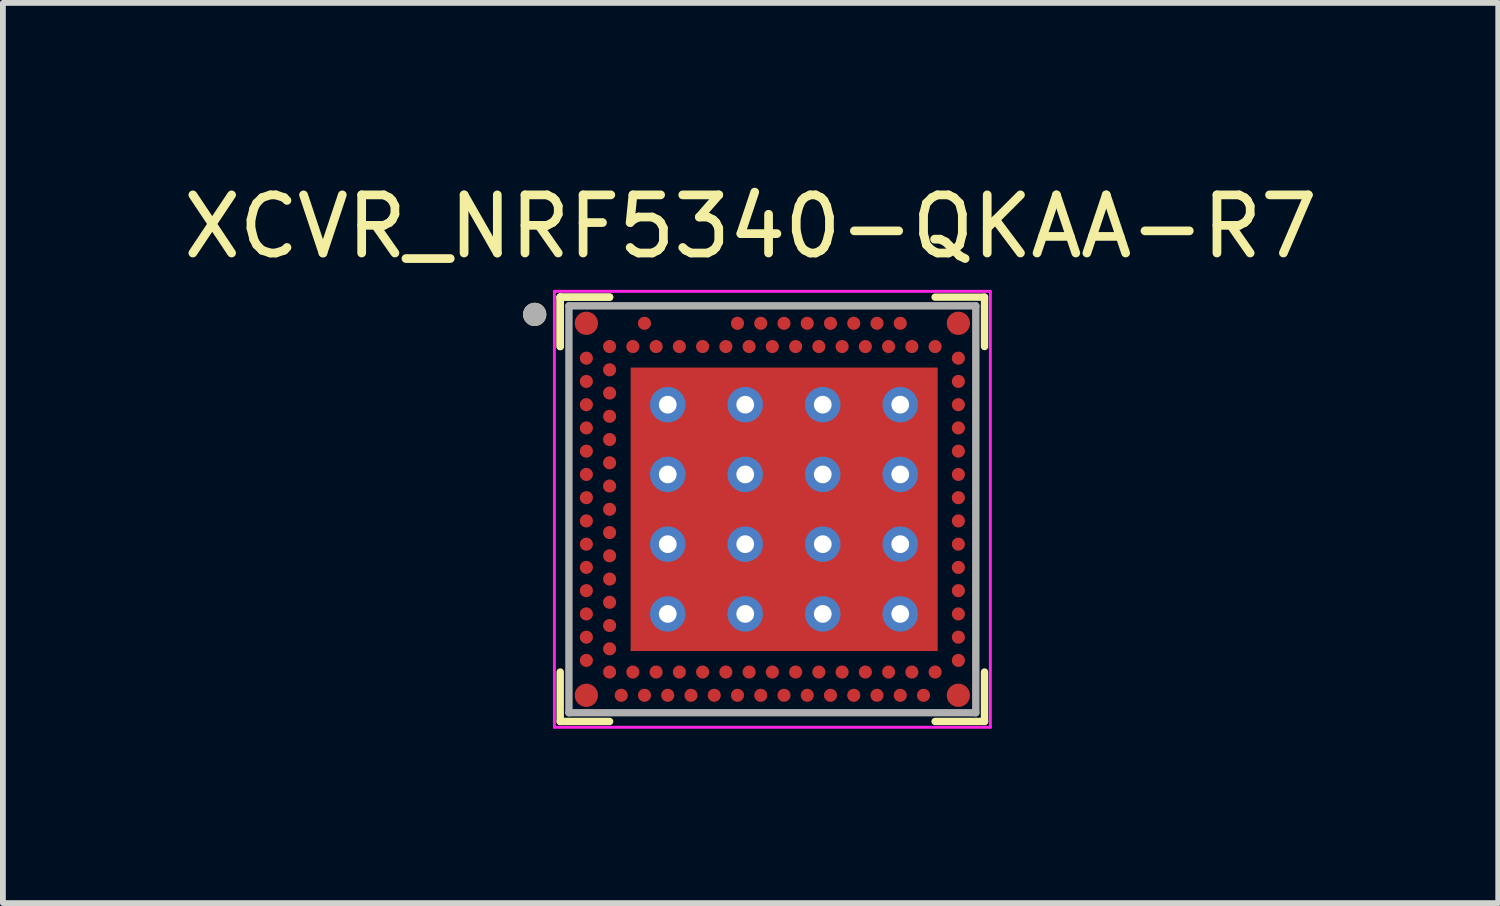
<source format=kicad_pcb>
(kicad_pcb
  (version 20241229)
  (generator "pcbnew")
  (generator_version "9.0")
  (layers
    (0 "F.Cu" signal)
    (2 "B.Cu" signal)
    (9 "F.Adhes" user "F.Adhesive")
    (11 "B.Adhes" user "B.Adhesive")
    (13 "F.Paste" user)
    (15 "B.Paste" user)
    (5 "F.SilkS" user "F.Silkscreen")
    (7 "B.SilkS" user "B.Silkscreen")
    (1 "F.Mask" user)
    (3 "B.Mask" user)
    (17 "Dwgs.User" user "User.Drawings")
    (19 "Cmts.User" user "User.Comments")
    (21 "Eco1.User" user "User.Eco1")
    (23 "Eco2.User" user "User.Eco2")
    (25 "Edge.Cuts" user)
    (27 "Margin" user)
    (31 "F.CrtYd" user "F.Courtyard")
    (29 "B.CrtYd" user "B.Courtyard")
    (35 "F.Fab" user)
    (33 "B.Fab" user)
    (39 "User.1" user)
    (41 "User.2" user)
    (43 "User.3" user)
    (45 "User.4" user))
  (footprint "XCVR_NRF5340-QKAA-R7"
    (layer "F.Cu")
    (at 10.238 5.712)
    (property "Reference" "XCVR_NRF5340-QKAA-R7" (at -0.375 -4.864 0) (layer "F.SilkS") (effects (font (size 1 1) (thickness 0.15))))
    (attr smd)
    (fp_line (start -3.65 -3.65) (end -3.65 -2.8) (stroke (width 0.127) (type solid)) (layer "F.SilkS"))
    (fp_line (start -3.65 -3.65) (end -3.65 -2.8) (stroke (width 0.127) (type solid)) (layer "F.SilkS"))
    (fp_line (start -3.65 2.8) (end -3.65 3.65) (stroke (width 0.127) (type solid)) (layer "F.SilkS"))
    (fp_line (start -3.65 3.65) (end -2.8 3.65) (stroke (width 0.127) (type solid)) (layer "F.SilkS"))
    (fp_line (start -2.8 -3.65) (end -3.65 -3.65) (stroke (width 0.127) (type solid)) (layer "F.SilkS"))
    (fp_line (start -2.8 -3.65) (end -3.65 -3.65) (stroke (width 0.127) (type solid)) (layer "F.SilkS"))
    (fp_line (start 2.8 3.65) (end 3.65 3.65) (stroke (width 0.127) (type solid)) (layer "F.SilkS"))
    (fp_line (start 3.65 -3.65) (end 2.8 -3.65) (stroke (width 0.127) (type solid)) (layer "F.SilkS"))
    (fp_line (start 3.65 -2.8) (end 3.65 -3.65) (stroke (width 0.127) (type solid)) (layer "F.SilkS"))
    (fp_line (start 3.65 3.65) (end 3.65 2.8) (stroke (width 0.127) (type solid)) (layer "F.SilkS"))
    (fp_circle (center -4.089 -3.353) (end -3.989 -3.353) (stroke (width 0.2) (type solid)) (fill no) (layer "F.SilkS"))
    (fp_circle (center -3.2 -3.2) (end -3.103 -3.2) (stroke (width 0.194) (type solid)) (fill no) (layer "F.Paste"))
    (fp_circle (center -3.2 -2.6) (end -3.147 -2.6) (stroke (width 0.106) (type solid)) (fill no) (layer "F.Paste"))
    (fp_circle (center -3.2 -2.2) (end -3.147 -2.2) (stroke (width 0.106) (type solid)) (fill no) (layer "F.Paste"))
    (fp_circle (center -3.2 -1.8) (end -3.147 -1.8) (stroke (width 0.106) (type solid)) (fill no) (layer "F.Paste"))
    (fp_circle (center -3.2 -1.4) (end -3.147 -1.4) (stroke (width 0.106) (type solid)) (fill no) (layer "F.Paste"))
    (fp_circle (center -3.2 -1) (end -3.147 -1) (stroke (width 0.106) (type solid)) (fill no) (layer "F.Paste"))
    (fp_circle (center -3.2 -0.6) (end -3.147 -0.6) (stroke (width 0.106) (type solid)) (fill no) (layer "F.Paste"))
    (fp_circle (center -3.2 -0.2) (end -3.147 -0.2) (stroke (width 0.106) (type solid)) (fill no) (layer "F.Paste"))
    (fp_circle (center -3.2 0.2) (end -3.147 0.2) (stroke (width 0.106) (type solid)) (fill no) (layer "F.Paste"))
    (fp_circle (center -3.2 0.6) (end -3.147 0.6) (stroke (width 0.106) (type solid)) (fill no) (layer "F.Paste"))
    (fp_circle (center -3.2 1) (end -3.147 1) (stroke (width 0.106) (type solid)) (fill no) (layer "F.Paste"))
    (fp_circle (center -3.2 1.4) (end -3.147 1.4) (stroke (width 0.106) (type solid)) (fill no) (layer "F.Paste"))
    (fp_circle (center -3.2 1.8) (end -3.147 1.8) (stroke (width 0.106) (type solid)) (fill no) (layer "F.Paste"))
    (fp_circle (center -3.2 2.2) (end -3.147 2.2) (stroke (width 0.106) (type solid)) (fill no) (layer "F.Paste"))
    (fp_circle (center -3.2 2.6) (end -3.147 2.6) (stroke (width 0.106) (type solid)) (fill no) (layer "F.Paste"))
    (fp_circle (center -3.2 3.2) (end -3.103 3.2) (stroke (width 0.194) (type solid)) (fill no) (layer "F.Paste"))
    (fp_circle (center -2.8 -2.8) (end -2.747 -2.8) (stroke (width 0.106) (type solid)) (fill no) (layer "F.Paste"))
    (fp_circle (center -2.8 -2.4) (end -2.747 -2.4) (stroke (width 0.106) (type solid)) (fill no) (layer "F.Paste"))
    (fp_circle (center -2.8 -2) (end -2.747 -2) (stroke (width 0.106) (type solid)) (fill no) (layer "F.Paste"))
    (fp_circle (center -2.8 -1.6) (end -2.747 -1.6) (stroke (width 0.106) (type solid)) (fill no) (layer "F.Paste"))
    (fp_circle (center -2.8 -1.2) (end -2.747 -1.2) (stroke (width 0.106) (type solid)) (fill no) (layer "F.Paste"))
    (fp_circle (center -2.8 -0.8) (end -2.747 -0.8) (stroke (width 0.106) (type solid)) (fill no) (layer "F.Paste"))
    (fp_circle (center -2.8 -0.4) (end -2.747 -0.4) (stroke (width 0.106) (type solid)) (fill no) (layer "F.Paste"))
    (fp_circle (center -2.8 0) (end -2.747 0) (stroke (width 0.106) (type solid)) (fill no) (layer "F.Paste"))
    (fp_circle (center -2.8 0.4) (end -2.747 0.4) (stroke (width 0.106) (type solid)) (fill no) (layer "F.Paste"))
    (fp_circle (center -2.8 0.8) (end -2.747 0.8) (stroke (width 0.106) (type solid)) (fill no) (layer "F.Paste"))
    (fp_circle (center -2.8 1.2) (end -2.747 1.2) (stroke (width 0.106) (type solid)) (fill no) (layer "F.Paste"))
    (fp_circle (center -2.8 1.6) (end -2.747 1.6) (stroke (width 0.106) (type solid)) (fill no) (layer "F.Paste"))
    (fp_circle (center -2.8 2) (end -2.747 2) (stroke (width 0.106) (type solid)) (fill no) (layer "F.Paste"))
    (fp_circle (center -2.8 2.4) (end -2.747 2.4) (stroke (width 0.106) (type solid)) (fill no) (layer "F.Paste"))
    (fp_circle (center -2.8 2.8) (end -2.747 2.8) (stroke (width 0.106) (type solid)) (fill no) (layer "F.Paste"))
    (fp_circle (center -2.6 3.2) (end -2.547 3.2) (stroke (width 0.106) (type solid)) (fill no) (layer "F.Paste"))
    (fp_circle (center -2.4 -2.8) (end -2.347 -2.8) (stroke (width 0.106) (type solid)) (fill no) (layer "F.Paste"))
    (fp_circle (center -2.4 2.8) (end -2.347 2.8) (stroke (width 0.106) (type solid)) (fill no) (layer "F.Paste"))
    (fp_circle (center -2.2 -3.2) (end -2.147 -3.2) (stroke (width 0.106) (type solid)) (fill no) (layer "F.Paste"))
    (fp_circle (center -2.2 3.2) (end -2.147 3.2) (stroke (width 0.106) (type solid)) (fill no) (layer "F.Paste"))
    (fp_circle (center -2 -2.8) (end -1.947 -2.8) (stroke (width 0.106) (type solid)) (fill no) (layer "F.Paste"))
    (fp_circle (center -2 2.8) (end -1.947 2.8) (stroke (width 0.106) (type solid)) (fill no) (layer "F.Paste"))
    (fp_circle (center -1.8 3.2) (end -1.747 3.2) (stroke (width 0.106) (type solid)) (fill no) (layer "F.Paste"))
    (fp_circle (center -1.6 -2.8) (end -1.547 -2.8) (stroke (width 0.106) (type solid)) (fill no) (layer "F.Paste"))
    (fp_circle (center -1.6 2.8) (end -1.547 2.8) (stroke (width 0.106) (type solid)) (fill no) (layer "F.Paste"))
    (fp_circle (center -1.4 3.2) (end -1.347 3.2) (stroke (width 0.106) (type solid)) (fill no) (layer "F.Paste"))
    (fp_circle (center -1.2 -2.8) (end -1.147 -2.8) (stroke (width 0.106) (type solid)) (fill no) (layer "F.Paste"))
    (fp_circle (center -1.2 2.8) (end -1.147 2.8) (stroke (width 0.106) (type solid)) (fill no) (layer "F.Paste"))
    (fp_circle (center -1 3.2) (end -0.947 3.2) (stroke (width 0.106) (type solid)) (fill no) (layer "F.Paste"))
    (fp_circle (center -0.8 -2.8) (end -0.747 -2.8) (stroke (width 0.106) (type solid)) (fill no) (layer "F.Paste"))
    (fp_circle (center -0.8 2.8) (end -0.747 2.8) (stroke (width 0.106) (type solid)) (fill no) (layer "F.Paste"))
    (fp_circle (center -0.6 -3.2) (end -0.547 -3.2) (stroke (width 0.106) (type solid)) (fill no) (layer "F.Paste"))
    (fp_circle (center -0.6 3.2) (end -0.547 3.2) (stroke (width 0.106) (type solid)) (fill no) (layer "F.Paste"))
    (fp_circle (center -0.4 -2.8) (end -0.347 -2.8) (stroke (width 0.106) (type solid)) (fill no) (layer "F.Paste"))
    (fp_circle (center -0.4 2.8) (end -0.347 2.8) (stroke (width 0.106) (type solid)) (fill no) (layer "F.Paste"))
    (fp_circle (center -0.2 -3.2) (end -0.147 -3.2) (stroke (width 0.106) (type solid)) (fill no) (layer "F.Paste"))
    (fp_circle (center -0.2 3.2) (end -0.147 3.2) (stroke (width 0.106) (type solid)) (fill no) (layer "F.Paste"))
    (fp_circle (center 0 -2.8) (end 0.053 -2.8) (stroke (width 0.106) (type solid)) (fill no) (layer "F.Paste"))
    (fp_circle (center 0 2.8) (end 0.053 2.8) (stroke (width 0.106) (type solid)) (fill no) (layer "F.Paste"))
    (fp_circle (center 0.2 -3.2) (end 0.253 -3.2) (stroke (width 0.106) (type solid)) (fill no) (layer "F.Paste"))
    (fp_circle (center 0.2 3.2) (end 0.253 3.2) (stroke (width 0.106) (type solid)) (fill no) (layer "F.Paste"))
    (fp_circle (center 0.4 -2.8) (end 0.453 -2.8) (stroke (width 0.106) (type solid)) (fill no) (layer "F.Paste"))
    (fp_circle (center 0.4 2.8) (end 0.453 2.8) (stroke (width 0.106) (type solid)) (fill no) (layer "F.Paste"))
    (fp_circle (center 0.6 -3.2) (end 0.653 -3.2) (stroke (width 0.106) (type solid)) (fill no) (layer "F.Paste"))
    (fp_circle (center 0.6 3.2) (end 0.653 3.2) (stroke (width 0.106) (type solid)) (fill no) (layer "F.Paste"))
    (fp_circle (center 0.8 -2.8) (end 0.853 -2.8) (stroke (width 0.106) (type solid)) (fill no) (layer "F.Paste"))
    (fp_circle (center 0.8 2.8) (end 0.853 2.8) (stroke (width 0.106) (type solid)) (fill no) (layer "F.Paste"))
    (fp_circle (center 1 -3.2) (end 1.053 -3.2) (stroke (width 0.106) (type solid)) (fill no) (layer "F.Paste"))
    (fp_circle (center 1 3.2) (end 1.053 3.2) (stroke (width 0.106) (type solid)) (fill no) (layer "F.Paste"))
    (fp_circle (center 1.2 -2.8) (end 1.253 -2.8) (stroke (width 0.106) (type solid)) (fill no) (layer "F.Paste"))
    (fp_circle (center 1.2 2.8) (end 1.253 2.8) (stroke (width 0.106) (type solid)) (fill no) (layer "F.Paste"))
    (fp_circle (center 1.4 -3.2) (end 1.453 -3.2) (stroke (width 0.106) (type solid)) (fill no) (layer "F.Paste"))
    (fp_circle (center 1.4 3.2) (end 1.453 3.2) (stroke (width 0.106) (type solid)) (fill no) (layer "F.Paste"))
    (fp_circle (center 1.6 -2.8) (end 1.653 -2.8) (stroke (width 0.106) (type solid)) (fill no) (layer "F.Paste"))
    (fp_circle (center 1.6 2.8) (end 1.653 2.8) (stroke (width 0.106) (type solid)) (fill no) (layer "F.Paste"))
    (fp_circle (center 1.8 -3.2) (end 1.853 -3.2) (stroke (width 0.106) (type solid)) (fill no) (layer "F.Paste"))
    (fp_circle (center 1.8 3.2) (end 1.853 3.2) (stroke (width 0.106) (type solid)) (fill no) (layer "F.Paste"))
    (fp_circle (center 2 -2.8) (end 2.053 -2.8) (stroke (width 0.106) (type solid)) (fill no) (layer "F.Paste"))
    (fp_circle (center 2 2.8) (end 2.053 2.8) (stroke (width 0.106) (type solid)) (fill no) (layer "F.Paste"))
    (fp_circle (center 2.2 -3.2) (end 2.253 -3.2) (stroke (width 0.106) (type solid)) (fill no) (layer "F.Paste"))
    (fp_circle (center 2.2 3.2) (end 2.253 3.2) (stroke (width 0.106) (type solid)) (fill no) (layer "F.Paste"))
    (fp_circle (center 2.4 -2.8) (end 2.453 -2.8) (stroke (width 0.106) (type solid)) (fill no) (layer "F.Paste"))
    (fp_circle (center 2.4 2.8) (end 2.453 2.8) (stroke (width 0.106) (type solid)) (fill no) (layer "F.Paste"))
    (fp_circle (center 2.6 3.2) (end 2.653 3.2) (stroke (width 0.106) (type solid)) (fill no) (layer "F.Paste"))
    (fp_circle (center 2.8 -2.8) (end 2.853 -2.8) (stroke (width 0.106) (type solid)) (fill no) (layer "F.Paste"))
    (fp_circle (center 2.8 2.8) (end 2.853 2.8) (stroke (width 0.106) (type solid)) (fill no) (layer "F.Paste"))
    (fp_circle (center 3.2 -3.2) (end 3.297 -3.2) (stroke (width 0.194) (type solid)) (fill no) (layer "F.Paste"))
    (fp_circle (center 3.2 -2.6) (end 3.253 -2.6) (stroke (width 0.106) (type solid)) (fill no) (layer "F.Paste"))
    (fp_circle (center 3.2 -2.2) (end 3.253 -2.2) (stroke (width 0.106) (type solid)) (fill no) (layer "F.Paste"))
    (fp_circle (center 3.2 -1.8) (end 3.253 -1.8) (stroke (width 0.106) (type solid)) (fill no) (layer "F.Paste"))
    (fp_circle (center 3.2 -1.4) (end 3.253 -1.4) (stroke (width 0.106) (type solid)) (fill no) (layer "F.Paste"))
    (fp_circle (center 3.2 -1) (end 3.253 -1) (stroke (width 0.106) (type solid)) (fill no) (layer "F.Paste"))
    (fp_circle (center 3.2 -0.6) (end 3.253 -0.6) (stroke (width 0.106) (type solid)) (fill no) (layer "F.Paste"))
    (fp_circle (center 3.2 -0.2) (end 3.253 -0.2) (stroke (width 0.106) (type solid)) (fill no) (layer "F.Paste"))
    (fp_circle (center 3.2 0.2) (end 3.253 0.2) (stroke (width 0.106) (type solid)) (fill no) (layer "F.Paste"))
    (fp_circle (center 3.2 0.6) (end 3.253 0.6) (stroke (width 0.106) (type solid)) (fill no) (layer "F.Paste"))
    (fp_circle (center 3.2 1) (end 3.253 1) (stroke (width 0.106) (type solid)) (fill no) (layer "F.Paste"))
    (fp_circle (center 3.2 1.4) (end 3.253 1.4) (stroke (width 0.106) (type solid)) (fill no) (layer "F.Paste"))
    (fp_circle (center 3.2 1.8) (end 3.253 1.8) (stroke (width 0.106) (type solid)) (fill no) (layer "F.Paste"))
    (fp_circle (center 3.2 2.2) (end 3.253 2.2) (stroke (width 0.106) (type solid)) (fill no) (layer "F.Paste"))
    (fp_circle (center 3.2 2.6) (end 3.253 2.6) (stroke (width 0.106) (type solid)) (fill no) (layer "F.Paste"))
    (fp_circle (center 3.2 3.2) (end 3.297 3.2) (stroke (width 0.194) (type solid)) (fill no) (layer "F.Paste"))
    (fp_poly (pts (xy -2.3 -2.06) (xy -2.299 -2.072) (xy -2.298 -2.085) (xy -2.296 -2.098) (xy -2.294 -2.11) (xy -2.291 -2.123) (xy -2.287 -2.135) (xy -2.282 -2.147) (xy -2.277 -2.159) (xy -2.271 -2.17) (xy -2.265 -2.181) (xy -2.258 -2.192) (xy -2.251 -2.202) (xy -2.243 -2.213) (xy -2.234 -2.222) (xy -2.225 -2.231) (xy -2.216 -2.24) (xy -2.206 -2.248) (xy -2.196 -2.256) (xy -2.185 -2.263) (xy -2.174 -2.269) (xy -2.162 -2.275) (xy -2.151 -2.281) (xy -2.139 -2.285) (xy -2.127 -2.289) (xy -2.114 -2.293) (xy -2.102 -2.296) (xy -2.089 -2.298) (xy -2.076 -2.299) (xy -2.064 -2.3) (xy -2.05 -2.3) (xy -1.45 -2.3) (xy -1.436 -2.3) (xy -1.424 -2.299) (xy -1.411 -2.298) (xy -1.398 -2.296) (xy -1.386 -2.293) (xy -1.373 -2.289) (xy -1.361 -2.285) (xy -1.349 -2.281) (xy -1.338 -2.275) (xy -1.326 -2.269) (xy -1.315 -2.263) (xy -1.304 -2.256) (xy -1.294 -2.248) (xy -1.284 -2.24) (xy -1.275 -2.231) (xy -1.266 -2.222) (xy -1.257 -2.213) (xy -1.249 -2.202) (xy -1.242 -2.192) (xy -1.235 -2.181) (xy -1.229 -2.17) (xy -1.223 -2.159) (xy -1.218 -2.147) (xy -1.213 -2.135) (xy -1.209 -2.123) (xy -1.206 -2.11) (xy -1.204 -2.098) (xy -1.202 -2.085) (xy -1.201 -2.072) (xy -1.2 -2.06) (xy -1.2 -1.54) (xy -1.201 -1.528) (xy -1.202 -1.515) (xy -1.204 -1.502) (xy -1.206 -1.49) (xy -1.209 -1.477) (xy -1.213 -1.465) (xy -1.218 -1.453) (xy -1.223 -1.441) (xy -1.229 -1.43) (xy -1.235 -1.419) (xy -1.242 -1.408) (xy -1.249 -1.398) (xy -1.257 -1.387) (xy -1.266 -1.378) (xy -1.275 -1.369) (xy -1.284 -1.36) (xy -1.294 -1.352) (xy -1.304 -1.344) (xy -1.315 -1.337) (xy -1.326 -1.331) (xy -1.338 -1.325) (xy -1.349 -1.319) (xy -1.361 -1.315) (xy -1.373 -1.311) (xy -1.386 -1.307) (xy -1.398 -1.304) (xy -1.411 -1.302) (xy -1.424 -1.301) (xy -1.436 -1.3) (xy -1.45 -1.3) (xy -2.05 -1.3) (xy -2.064 -1.3) (xy -2.076 -1.301) (xy -2.089 -1.302) (xy -2.102 -1.304) (xy -2.114 -1.307) (xy -2.127 -1.311) (xy -2.139 -1.315) (xy -2.151 -1.319) (xy -2.162 -1.325) (xy -2.174 -1.331) (xy -2.185 -1.337) (xy -2.196 -1.344) (xy -2.206 -1.352) (xy -2.216 -1.36) (xy -2.225 -1.369) (xy -2.234 -1.378) (xy -2.243 -1.387) (xy -2.251 -1.398) (xy -2.258 -1.408) (xy -2.265 -1.419) (xy -2.271 -1.43) (xy -2.277 -1.441) (xy -2.282 -1.453) (xy -2.287 -1.465) (xy -2.291 -1.477) (xy -2.294 -1.49) (xy -2.296 -1.502) (xy -2.298 -1.515) (xy -2.299 -1.528) (xy -2.3 -1.54) (xy -2.3 -2.06)) (stroke (width 0.01) (type solid)) (fill yes) (layer "F.Paste"))
    (fp_poly (pts (xy -2.3 -0.86) (xy -2.299 -0.872) (xy -2.298 -0.885) (xy -2.296 -0.898) (xy -2.294 -0.91) (xy -2.291 -0.923) (xy -2.287 -0.935) (xy -2.282 -0.947) (xy -2.277 -0.959) (xy -2.271 -0.97) (xy -2.265 -0.981) (xy -2.258 -0.992) (xy -2.251 -1.002) (xy -2.243 -1.013) (xy -2.234 -1.022) (xy -2.225 -1.031) (xy -2.216 -1.04) (xy -2.206 -1.048) (xy -2.196 -1.056) (xy -2.185 -1.063) (xy -2.174 -1.069) (xy -2.162 -1.075) (xy -2.151 -1.081) (xy -2.139 -1.085) (xy -2.127 -1.089) (xy -2.114 -1.093) (xy -2.102 -1.096) (xy -2.089 -1.098) (xy -2.076 -1.099) (xy -2.064 -1.1) (xy -2.05 -1.1) (xy -1.45 -1.1) (xy -1.436 -1.1) (xy -1.424 -1.099) (xy -1.411 -1.098) (xy -1.398 -1.096) (xy -1.386 -1.093) (xy -1.373 -1.089) (xy -1.361 -1.085) (xy -1.349 -1.081) (xy -1.338 -1.075) (xy -1.326 -1.069) (xy -1.315 -1.063) (xy -1.304 -1.056) (xy -1.294 -1.048) (xy -1.284 -1.04) (xy -1.275 -1.031) (xy -1.266 -1.022) (xy -1.257 -1.013) (xy -1.249 -1.002) (xy -1.242 -0.992) (xy -1.235 -0.981) (xy -1.229 -0.97) (xy -1.223 -0.959) (xy -1.218 -0.947) (xy -1.213 -0.935) (xy -1.209 -0.923) (xy -1.206 -0.91) (xy -1.204 -0.898) (xy -1.202 -0.885) (xy -1.201 -0.872) (xy -1.2 -0.86) (xy -1.2 -0.34) (xy -1.201 -0.328) (xy -1.202 -0.315) (xy -1.204 -0.302) (xy -1.206 -0.29) (xy -1.209 -0.277) (xy -1.213 -0.265) (xy -1.218 -0.253) (xy -1.223 -0.241) (xy -1.229 -0.23) (xy -1.235 -0.219) (xy -1.242 -0.208) (xy -1.249 -0.198) (xy -1.257 -0.187) (xy -1.266 -0.178) (xy -1.275 -0.169) (xy -1.284 -0.16) (xy -1.294 -0.152) (xy -1.304 -0.144) (xy -1.315 -0.137) (xy -1.326 -0.131) (xy -1.338 -0.125) (xy -1.349 -0.119) (xy -1.361 -0.115) (xy -1.373 -0.111) (xy -1.386 -0.107) (xy -1.398 -0.104) (xy -1.411 -0.102) (xy -1.424 -0.101) (xy -1.436 -0.1) (xy -1.45 -0.1) (xy -2.05 -0.1) (xy -2.064 -0.1) (xy -2.076 -0.101) (xy -2.089 -0.102) (xy -2.102 -0.104) (xy -2.114 -0.107) (xy -2.127 -0.111) (xy -2.139 -0.115) (xy -2.151 -0.119) (xy -2.162 -0.125) (xy -2.174 -0.131) (xy -2.185 -0.137) (xy -2.196 -0.144) (xy -2.206 -0.152) (xy -2.216 -0.16) (xy -2.225 -0.169) (xy -2.234 -0.178) (xy -2.243 -0.187) (xy -2.251 -0.198) (xy -2.258 -0.208) (xy -2.265 -0.219) (xy -2.271 -0.23) (xy -2.277 -0.241) (xy -2.282 -0.253) (xy -2.287 -0.265) (xy -2.291 -0.277) (xy -2.294 -0.29) (xy -2.296 -0.302) (xy -2.298 -0.315) (xy -2.299 -0.328) (xy -2.3 -0.34) (xy -2.3 -0.86)) (stroke (width 0.01) (type solid)) (fill yes) (layer "F.Paste"))
    (fp_poly (pts (xy -2.3 0.34) (xy -2.299 0.328) (xy -2.298 0.315) (xy -2.296 0.302) (xy -2.294 0.29) (xy -2.291 0.277) (xy -2.287 0.265) (xy -2.282 0.253) (xy -2.277 0.241) (xy -2.271 0.23) (xy -2.265 0.219) (xy -2.258 0.208) (xy -2.251 0.198) (xy -2.243 0.187) (xy -2.234 0.178) (xy -2.225 0.169) (xy -2.216 0.16) (xy -2.206 0.152) (xy -2.196 0.144) (xy -2.185 0.137) (xy -2.174 0.131) (xy -2.162 0.125) (xy -2.151 0.119) (xy -2.139 0.115) (xy -2.127 0.111) (xy -2.114 0.107) (xy -2.102 0.104) (xy -2.089 0.102) (xy -2.076 0.101) (xy -2.064 0.1) (xy -2.05 0.1) (xy -1.45 0.1) (xy -1.436 0.1) (xy -1.424 0.101) (xy -1.411 0.102) (xy -1.398 0.104) (xy -1.386 0.107) (xy -1.373 0.111) (xy -1.361 0.115) (xy -1.349 0.119) (xy -1.338 0.125) (xy -1.326 0.131) (xy -1.315 0.137) (xy -1.304 0.144) (xy -1.294 0.152) (xy -1.284 0.16) (xy -1.275 0.169) (xy -1.266 0.178) (xy -1.257 0.187) (xy -1.249 0.198) (xy -1.242 0.208) (xy -1.235 0.219) (xy -1.229 0.23) (xy -1.223 0.241) (xy -1.218 0.253) (xy -1.213 0.265) (xy -1.209 0.277) (xy -1.206 0.29) (xy -1.204 0.302) (xy -1.202 0.315) (xy -1.201 0.328) (xy -1.2 0.34) (xy -1.2 0.86) (xy -1.201 0.872) (xy -1.202 0.885) (xy -1.204 0.898) (xy -1.206 0.91) (xy -1.209 0.923) (xy -1.213 0.935) (xy -1.218 0.947) (xy -1.223 0.959) (xy -1.229 0.97) (xy -1.235 0.981) (xy -1.242 0.992) (xy -1.249 1.002) (xy -1.257 1.013) (xy -1.266 1.022) (xy -1.275 1.031) (xy -1.284 1.04) (xy -1.294 1.048) (xy -1.304 1.056) (xy -1.315 1.063) (xy -1.326 1.069) (xy -1.338 1.075) (xy -1.349 1.081) (xy -1.361 1.085) (xy -1.373 1.089) (xy -1.386 1.093) (xy -1.398 1.096) (xy -1.411 1.098) (xy -1.424 1.099) (xy -1.436 1.1) (xy -1.45 1.1) (xy -2.05 1.1) (xy -2.064 1.1) (xy -2.076 1.099) (xy -2.089 1.098) (xy -2.102 1.096) (xy -2.114 1.093) (xy -2.127 1.089) (xy -2.139 1.085) (xy -2.151 1.081) (xy -2.162 1.075) (xy -2.174 1.069) (xy -2.185 1.063) (xy -2.196 1.056) (xy -2.206 1.048) (xy -2.216 1.04) (xy -2.225 1.031) (xy -2.234 1.022) (xy -2.243 1.013) (xy -2.251 1.002) (xy -2.258 0.992) (xy -2.265 0.981) (xy -2.271 0.97) (xy -2.277 0.959) (xy -2.282 0.947) (xy -2.287 0.935) (xy -2.291 0.923) (xy -2.294 0.91) (xy -2.296 0.898) (xy -2.298 0.885) (xy -2.299 0.872) (xy -2.3 0.86) (xy -2.3 0.34)) (stroke (width 0.01) (type solid)) (fill yes) (layer "F.Paste"))
    (fp_poly (pts (xy -2.3 1.54) (xy -2.299 1.528) (xy -2.298 1.515) (xy -2.296 1.502) (xy -2.294 1.49) (xy -2.291 1.477) (xy -2.287 1.465) (xy -2.282 1.453) (xy -2.277 1.441) (xy -2.271 1.43) (xy -2.265 1.419) (xy -2.258 1.408) (xy -2.251 1.398) (xy -2.243 1.387) (xy -2.234 1.378) (xy -2.225 1.369) (xy -2.216 1.36) (xy -2.206 1.352) (xy -2.196 1.344) (xy -2.185 1.337) (xy -2.174 1.331) (xy -2.162 1.325) (xy -2.151 1.319) (xy -2.139 1.315) (xy -2.127 1.311) (xy -2.114 1.307) (xy -2.102 1.304) (xy -2.089 1.302) (xy -2.076 1.301) (xy -2.064 1.3) (xy -2.05 1.3) (xy -1.45 1.3) (xy -1.436 1.3) (xy -1.424 1.301) (xy -1.411 1.302) (xy -1.398 1.304) (xy -1.386 1.307) (xy -1.373 1.311) (xy -1.361 1.315) (xy -1.349 1.319) (xy -1.338 1.325) (xy -1.326 1.331) (xy -1.315 1.337) (xy -1.304 1.344) (xy -1.294 1.352) (xy -1.284 1.36) (xy -1.275 1.369) (xy -1.266 1.378) (xy -1.257 1.387) (xy -1.249 1.398) (xy -1.242 1.408) (xy -1.235 1.419) (xy -1.229 1.43) (xy -1.223 1.441) (xy -1.218 1.453) (xy -1.213 1.465) (xy -1.209 1.477) (xy -1.206 1.49) (xy -1.204 1.502) (xy -1.202 1.515) (xy -1.201 1.528) (xy -1.2 1.54) (xy -1.2 2.06) (xy -1.201 2.072) (xy -1.202 2.085) (xy -1.204 2.098) (xy -1.206 2.11) (xy -1.209 2.123) (xy -1.213 2.135) (xy -1.218 2.147) (xy -1.223 2.159) (xy -1.229 2.17) (xy -1.235 2.181) (xy -1.242 2.192) (xy -1.249 2.202) (xy -1.257 2.213) (xy -1.266 2.222) (xy -1.275 2.231) (xy -1.284 2.24) (xy -1.294 2.248) (xy -1.304 2.256) (xy -1.315 2.263) (xy -1.326 2.269) (xy -1.338 2.275) (xy -1.349 2.281) (xy -1.361 2.285) (xy -1.373 2.289) (xy -1.386 2.293) (xy -1.398 2.296) (xy -1.411 2.298) (xy -1.424 2.299) (xy -1.436 2.3) (xy -1.45 2.3) (xy -2.05 2.3) (xy -2.064 2.3) (xy -2.076 2.299) (xy -2.089 2.298) (xy -2.102 2.296) (xy -2.114 2.293) (xy -2.127 2.289) (xy -2.139 2.285) (xy -2.151 2.281) (xy -2.162 2.275) (xy -2.174 2.269) (xy -2.185 2.263) (xy -2.196 2.256) (xy -2.206 2.248) (xy -2.216 2.24) (xy -2.225 2.231) (xy -2.234 2.222) (xy -2.243 2.213) (xy -2.251 2.202) (xy -2.258 2.192) (xy -2.265 2.181) (xy -2.271 2.17) (xy -2.277 2.159) (xy -2.282 2.147) (xy -2.287 2.135) (xy -2.291 2.123) (xy -2.294 2.11) (xy -2.296 2.098) (xy -2.298 2.085) (xy -2.299 2.072) (xy -2.3 2.06) (xy -2.3 1.54)) (stroke (width 0.01) (type solid)) (fill yes) (layer "F.Paste"))
    (fp_poly (pts (xy -1 -2.06) (xy -0.999 -2.072) (xy -0.998 -2.085) (xy -0.996 -2.098) (xy -0.994 -2.11) (xy -0.991 -2.123) (xy -0.987 -2.135) (xy -0.982 -2.147) (xy -0.977 -2.159) (xy -0.971 -2.17) (xy -0.965 -2.181) (xy -0.958 -2.192) (xy -0.951 -2.202) (xy -0.943 -2.213) (xy -0.934 -2.222) (xy -0.925 -2.231) (xy -0.916 -2.24) (xy -0.906 -2.248) (xy -0.896 -2.256) (xy -0.885 -2.263) (xy -0.874 -2.269) (xy -0.862 -2.275) (xy -0.851 -2.281) (xy -0.839 -2.285) (xy -0.827 -2.289) (xy -0.814 -2.293) (xy -0.802 -2.296) (xy -0.789 -2.298) (xy -0.776 -2.299) (xy -0.764 -2.3) (xy -0.75 -2.3) (xy -0.15 -2.3) (xy -0.136 -2.3) (xy -0.124 -2.299) (xy -0.111 -2.298) (xy -0.098 -2.296) (xy -0.086 -2.293) (xy -0.073 -2.289) (xy -0.061 -2.285) (xy -0.049 -2.281) (xy -0.038 -2.275) (xy -0.026 -2.269) (xy -0.015 -2.263) (xy -0.004 -2.256) (xy 0.006 -2.248) (xy 0.016 -2.24) (xy 0.025 -2.231) (xy 0.034 -2.222) (xy 0.043 -2.213) (xy 0.051 -2.202) (xy 0.058 -2.192) (xy 0.065 -2.181) (xy 0.071 -2.17) (xy 0.077 -2.159) (xy 0.082 -2.147) (xy 0.087 -2.135) (xy 0.091 -2.123) (xy 0.094 -2.11) (xy 0.096 -2.098) (xy 0.098 -2.085) (xy 0.099 -2.072) (xy 0.1 -2.06) (xy 0.1 -1.54) (xy 0.099 -1.528) (xy 0.098 -1.515) (xy 0.096 -1.502) (xy 0.094 -1.49) (xy 0.091 -1.477) (xy 0.087 -1.465) (xy 0.082 -1.453) (xy 0.077 -1.441) (xy 0.071 -1.43) (xy 0.065 -1.419) (xy 0.058 -1.408) (xy 0.051 -1.398) (xy 0.043 -1.387) (xy 0.034 -1.378) (xy 0.025 -1.369) (xy 0.016 -1.36) (xy 0.006 -1.352) (xy -0.004 -1.344) (xy -0.015 -1.337) (xy -0.026 -1.331) (xy -0.038 -1.325) (xy -0.049 -1.319) (xy -0.061 -1.315) (xy -0.073 -1.311) (xy -0.086 -1.307) (xy -0.098 -1.304) (xy -0.111 -1.302) (xy -0.124 -1.301) (xy -0.136 -1.3) (xy -0.15 -1.3) (xy -0.75 -1.3) (xy -0.764 -1.3) (xy -0.776 -1.301) (xy -0.789 -1.302) (xy -0.802 -1.304) (xy -0.814 -1.307) (xy -0.827 -1.311) (xy -0.839 -1.315) (xy -0.851 -1.319) (xy -0.862 -1.325) (xy -0.874 -1.331) (xy -0.885 -1.337) (xy -0.896 -1.344) (xy -0.906 -1.352) (xy -0.916 -1.36) (xy -0.925 -1.369) (xy -0.934 -1.378) (xy -0.943 -1.387) (xy -0.951 -1.398) (xy -0.958 -1.408) (xy -0.965 -1.419) (xy -0.971 -1.43) (xy -0.977 -1.441) (xy -0.982 -1.453) (xy -0.987 -1.465) (xy -0.991 -1.477) (xy -0.994 -1.49) (xy -0.996 -1.502) (xy -0.998 -1.515) (xy -0.999 -1.528) (xy -1 -1.54) (xy -1 -2.06)) (stroke (width 0.01) (type solid)) (fill yes) (layer "F.Paste"))
    (fp_poly (pts (xy -1 -0.86) (xy -0.999 -0.872) (xy -0.998 -0.885) (xy -0.996 -0.898) (xy -0.994 -0.91) (xy -0.991 -0.923) (xy -0.987 -0.935) (xy -0.982 -0.947) (xy -0.977 -0.959) (xy -0.971 -0.97) (xy -0.965 -0.981) (xy -0.958 -0.992) (xy -0.951 -1.002) (xy -0.943 -1.013) (xy -0.934 -1.022) (xy -0.925 -1.031) (xy -0.916 -1.04) (xy -0.906 -1.048) (xy -0.896 -1.056) (xy -0.885 -1.063) (xy -0.874 -1.069) (xy -0.862 -1.075) (xy -0.851 -1.081) (xy -0.839 -1.085) (xy -0.827 -1.089) (xy -0.814 -1.093) (xy -0.802 -1.096) (xy -0.789 -1.098) (xy -0.776 -1.099) (xy -0.764 -1.1) (xy -0.75 -1.1) (xy -0.15 -1.1) (xy -0.136 -1.1) (xy -0.124 -1.099) (xy -0.111 -1.098) (xy -0.098 -1.096) (xy -0.086 -1.093) (xy -0.073 -1.089) (xy -0.061 -1.085) (xy -0.049 -1.081) (xy -0.038 -1.075) (xy -0.026 -1.069) (xy -0.015 -1.063) (xy -0.004 -1.056) (xy 0.006 -1.048) (xy 0.016 -1.04) (xy 0.025 -1.031) (xy 0.034 -1.022) (xy 0.043 -1.013) (xy 0.051 -1.002) (xy 0.058 -0.992) (xy 0.065 -0.981) (xy 0.071 -0.97) (xy 0.077 -0.959) (xy 0.082 -0.947) (xy 0.087 -0.935) (xy 0.091 -0.923) (xy 0.094 -0.91) (xy 0.096 -0.898) (xy 0.098 -0.885) (xy 0.099 -0.872) (xy 0.1 -0.86) (xy 0.1 -0.34) (xy 0.099 -0.328) (xy 0.098 -0.315) (xy 0.096 -0.302) (xy 0.094 -0.29) (xy 0.091 -0.277) (xy 0.087 -0.265) (xy 0.082 -0.253) (xy 0.077 -0.241) (xy 0.071 -0.23) (xy 0.065 -0.219) (xy 0.058 -0.208) (xy 0.051 -0.198) (xy 0.043 -0.187) (xy 0.034 -0.178) (xy 0.025 -0.169) (xy 0.016 -0.16) (xy 0.006 -0.152) (xy -0.004 -0.144) (xy -0.015 -0.137) (xy -0.026 -0.131) (xy -0.038 -0.125) (xy -0.049 -0.119) (xy -0.061 -0.115) (xy -0.073 -0.111) (xy -0.086 -0.107) (xy -0.098 -0.104) (xy -0.111 -0.102) (xy -0.124 -0.101) (xy -0.136 -0.1) (xy -0.15 -0.1) (xy -0.75 -0.1) (xy -0.764 -0.1) (xy -0.776 -0.101) (xy -0.789 -0.102) (xy -0.802 -0.104) (xy -0.814 -0.107) (xy -0.827 -0.111) (xy -0.839 -0.115) (xy -0.851 -0.119) (xy -0.862 -0.125) (xy -0.874 -0.131) (xy -0.885 -0.137) (xy -0.896 -0.144) (xy -0.906 -0.152) (xy -0.916 -0.16) (xy -0.925 -0.169) (xy -0.934 -0.178) (xy -0.943 -0.187) (xy -0.951 -0.198) (xy -0.958 -0.208) (xy -0.965 -0.219) (xy -0.971 -0.23) (xy -0.977 -0.241) (xy -0.982 -0.253) (xy -0.987 -0.265) (xy -0.991 -0.277) (xy -0.994 -0.29) (xy -0.996 -0.302) (xy -0.998 -0.315) (xy -0.999 -0.328) (xy -1 -0.34) (xy -1 -0.86)) (stroke (width 0.01) (type solid)) (fill yes) (layer "F.Paste"))
    (fp_poly (pts (xy -1 0.34) (xy -0.999 0.328) (xy -0.998 0.315) (xy -0.996 0.302) (xy -0.994 0.29) (xy -0.991 0.277) (xy -0.987 0.265) (xy -0.982 0.253) (xy -0.977 0.241) (xy -0.971 0.23) (xy -0.965 0.219) (xy -0.958 0.208) (xy -0.951 0.198) (xy -0.943 0.187) (xy -0.934 0.178) (xy -0.925 0.169) (xy -0.916 0.16) (xy -0.906 0.152) (xy -0.896 0.144) (xy -0.885 0.137) (xy -0.874 0.131) (xy -0.862 0.125) (xy -0.851 0.119) (xy -0.839 0.115) (xy -0.827 0.111) (xy -0.814 0.107) (xy -0.802 0.104) (xy -0.789 0.102) (xy -0.776 0.101) (xy -0.764 0.1) (xy -0.75 0.1) (xy -0.15 0.1) (xy -0.136 0.1) (xy -0.124 0.101) (xy -0.111 0.102) (xy -0.098 0.104) (xy -0.086 0.107) (xy -0.073 0.111) (xy -0.061 0.115) (xy -0.049 0.119) (xy -0.038 0.125) (xy -0.026 0.131) (xy -0.015 0.137) (xy -0.004 0.144) (xy 0.006 0.152) (xy 0.016 0.16) (xy 0.025 0.169) (xy 0.034 0.178) (xy 0.043 0.187) (xy 0.051 0.198) (xy 0.058 0.208) (xy 0.065 0.219) (xy 0.071 0.23) (xy 0.077 0.241) (xy 0.082 0.253) (xy 0.087 0.265) (xy 0.091 0.277) (xy 0.094 0.29) (xy 0.096 0.302) (xy 0.098 0.315) (xy 0.099 0.328) (xy 0.1 0.34) (xy 0.1 0.86) (xy 0.099 0.872) (xy 0.098 0.885) (xy 0.096 0.898) (xy 0.094 0.91) (xy 0.091 0.923) (xy 0.087 0.935) (xy 0.082 0.947) (xy 0.077 0.959) (xy 0.071 0.97) (xy 0.065 0.981) (xy 0.058 0.992) (xy 0.051 1.002) (xy 0.043 1.013) (xy 0.034 1.022) (xy 0.025 1.031) (xy 0.016 1.04) (xy 0.006 1.048) (xy -0.004 1.056) (xy -0.015 1.063) (xy -0.026 1.069) (xy -0.038 1.075) (xy -0.049 1.081) (xy -0.061 1.085) (xy -0.073 1.089) (xy -0.086 1.093) (xy -0.098 1.096) (xy -0.111 1.098) (xy -0.124 1.099) (xy -0.136 1.1) (xy -0.15 1.1) (xy -0.75 1.1) (xy -0.764 1.1) (xy -0.776 1.099) (xy -0.789 1.098) (xy -0.802 1.096) (xy -0.814 1.093) (xy -0.827 1.089) (xy -0.839 1.085) (xy -0.851 1.081) (xy -0.862 1.075) (xy -0.874 1.069) (xy -0.885 1.063) (xy -0.896 1.056) (xy -0.906 1.048) (xy -0.916 1.04) (xy -0.925 1.031) (xy -0.934 1.022) (xy -0.943 1.013) (xy -0.951 1.002) (xy -0.958 0.992) (xy -0.965 0.981) (xy -0.971 0.97) (xy -0.977 0.959) (xy -0.982 0.947) (xy -0.987 0.935) (xy -0.991 0.923) (xy -0.994 0.91) (xy -0.996 0.898) (xy -0.998 0.885) (xy -0.999 0.872) (xy -1 0.86) (xy -1 0.34)) (stroke (width 0.01) (type solid)) (fill yes) (layer "F.Paste"))
    (fp_poly (pts (xy -1 1.54) (xy -0.999 1.528) (xy -0.998 1.515) (xy -0.996 1.502) (xy -0.994 1.49) (xy -0.991 1.477) (xy -0.987 1.465) (xy -0.982 1.453) (xy -0.977 1.441) (xy -0.971 1.43) (xy -0.965 1.419) (xy -0.958 1.408) (xy -0.951 1.398) (xy -0.943 1.387) (xy -0.934 1.378) (xy -0.925 1.369) (xy -0.916 1.36) (xy -0.906 1.352) (xy -0.896 1.344) (xy -0.885 1.337) (xy -0.874 1.331) (xy -0.862 1.325) (xy -0.851 1.319) (xy -0.839 1.315) (xy -0.827 1.311) (xy -0.814 1.307) (xy -0.802 1.304) (xy -0.789 1.302) (xy -0.776 1.301) (xy -0.764 1.3) (xy -0.75 1.3) (xy -0.15 1.3) (xy -0.136 1.3) (xy -0.124 1.301) (xy -0.111 1.302) (xy -0.098 1.304) (xy -0.086 1.307) (xy -0.073 1.311) (xy -0.061 1.315) (xy -0.049 1.319) (xy -0.038 1.325) (xy -0.026 1.331) (xy -0.015 1.337) (xy -0.004 1.344) (xy 0.006 1.352) (xy 0.016 1.36) (xy 0.025 1.369) (xy 0.034 1.378) (xy 0.043 1.387) (xy 0.051 1.398) (xy 0.058 1.408) (xy 0.065 1.419) (xy 0.071 1.43) (xy 0.077 1.441) (xy 0.082 1.453) (xy 0.087 1.465) (xy 0.091 1.477) (xy 0.094 1.49) (xy 0.096 1.502) (xy 0.098 1.515) (xy 0.099 1.528) (xy 0.1 1.54) (xy 0.1 2.06) (xy 0.099 2.072) (xy 0.098 2.085) (xy 0.096 2.098) (xy 0.094 2.11) (xy 0.091 2.123) (xy 0.087 2.135) (xy 0.082 2.147) (xy 0.077 2.159) (xy 0.071 2.17) (xy 0.065 2.181) (xy 0.058 2.192) (xy 0.051 2.202) (xy 0.043 2.213) (xy 0.034 2.222) (xy 0.025 2.231) (xy 0.016 2.24) (xy 0.006 2.248) (xy -0.004 2.256) (xy -0.015 2.263) (xy -0.026 2.269) (xy -0.038 2.275) (xy -0.049 2.281) (xy -0.061 2.285) (xy -0.073 2.289) (xy -0.086 2.293) (xy -0.098 2.296) (xy -0.111 2.298) (xy -0.124 2.299) (xy -0.136 2.3) (xy -0.15 2.3) (xy -0.75 2.3) (xy -0.764 2.3) (xy -0.776 2.299) (xy -0.789 2.298) (xy -0.802 2.296) (xy -0.814 2.293) (xy -0.827 2.289) (xy -0.839 2.285) (xy -0.851 2.281) (xy -0.862 2.275) (xy -0.874 2.269) (xy -0.885 2.263) (xy -0.896 2.256) (xy -0.906 2.248) (xy -0.916 2.24) (xy -0.925 2.231) (xy -0.934 2.222) (xy -0.943 2.213) (xy -0.951 2.202) (xy -0.958 2.192) (xy -0.965 2.181) (xy -0.971 2.17) (xy -0.977 2.159) (xy -0.982 2.147) (xy -0.987 2.135) (xy -0.991 2.123) (xy -0.994 2.11) (xy -0.996 2.098) (xy -0.998 2.085) (xy -0.999 2.072) (xy -1 2.06) (xy -1 1.54)) (stroke (width 0.01) (type solid)) (fill yes) (layer "F.Paste"))
    (fp_poly (pts (xy 0.3 -2.06) (xy 0.301 -2.072) (xy 0.302 -2.085) (xy 0.304 -2.098) (xy 0.306 -2.11) (xy 0.309 -2.123) (xy 0.313 -2.135) (xy 0.318 -2.147) (xy 0.323 -2.159) (xy 0.329 -2.17) (xy 0.335 -2.181) (xy 0.342 -2.192) (xy 0.349 -2.202) (xy 0.357 -2.213) (xy 0.366 -2.222) (xy 0.375 -2.231) (xy 0.384 -2.24) (xy 0.394 -2.248) (xy 0.404 -2.256) (xy 0.415 -2.263) (xy 0.426 -2.269) (xy 0.438 -2.275) (xy 0.449 -2.281) (xy 0.461 -2.285) (xy 0.473 -2.289) (xy 0.486 -2.293) (xy 0.498 -2.296) (xy 0.511 -2.298) (xy 0.524 -2.299) (xy 0.536 -2.3) (xy 0.55 -2.3) (xy 1.15 -2.3) (xy 1.164 -2.3) (xy 1.176 -2.299) (xy 1.189 -2.298) (xy 1.202 -2.296) (xy 1.214 -2.293) (xy 1.227 -2.289) (xy 1.239 -2.285) (xy 1.251 -2.281) (xy 1.262 -2.275) (xy 1.274 -2.269) (xy 1.285 -2.263) (xy 1.296 -2.256) (xy 1.306 -2.248) (xy 1.316 -2.24) (xy 1.325 -2.231) (xy 1.334 -2.222) (xy 1.343 -2.213) (xy 1.351 -2.202) (xy 1.358 -2.192) (xy 1.365 -2.181) (xy 1.371 -2.17) (xy 1.377 -2.159) (xy 1.382 -2.147) (xy 1.387 -2.135) (xy 1.391 -2.123) (xy 1.394 -2.11) (xy 1.396 -2.098) (xy 1.398 -2.085) (xy 1.399 -2.072) (xy 1.4 -2.06) (xy 1.4 -1.54) (xy 1.399 -1.528) (xy 1.398 -1.515) (xy 1.396 -1.502) (xy 1.394 -1.49) (xy 1.391 -1.477) (xy 1.387 -1.465) (xy 1.382 -1.453) (xy 1.377 -1.441) (xy 1.371 -1.43) (xy 1.365 -1.419) (xy 1.358 -1.408) (xy 1.351 -1.398) (xy 1.343 -1.387) (xy 1.334 -1.378) (xy 1.325 -1.369) (xy 1.316 -1.36) (xy 1.306 -1.352) (xy 1.296 -1.344) (xy 1.285 -1.337) (xy 1.274 -1.331) (xy 1.262 -1.325) (xy 1.251 -1.319) (xy 1.239 -1.315) (xy 1.227 -1.311) (xy 1.214 -1.307) (xy 1.202 -1.304) (xy 1.189 -1.302) (xy 1.176 -1.301) (xy 1.164 -1.3) (xy 1.15 -1.3) (xy 0.55 -1.3) (xy 0.536 -1.3) (xy 0.524 -1.301) (xy 0.511 -1.302) (xy 0.498 -1.304) (xy 0.486 -1.307) (xy 0.473 -1.311) (xy 0.461 -1.315) (xy 0.449 -1.319) (xy 0.438 -1.325) (xy 0.426 -1.331) (xy 0.415 -1.337) (xy 0.404 -1.344) (xy 0.394 -1.352) (xy 0.384 -1.36) (xy 0.375 -1.369) (xy 0.366 -1.378) (xy 0.357 -1.387) (xy 0.349 -1.398) (xy 0.342 -1.408) (xy 0.335 -1.419) (xy 0.329 -1.43) (xy 0.323 -1.441) (xy 0.318 -1.453) (xy 0.313 -1.465) (xy 0.309 -1.477) (xy 0.306 -1.49) (xy 0.304 -1.502) (xy 0.302 -1.515) (xy 0.301 -1.528) (xy 0.3 -1.54) (xy 0.3 -2.06)) (stroke (width 0.01) (type solid)) (fill yes) (layer "F.Paste"))
    (fp_poly (pts (xy 0.3 -0.86) (xy 0.301 -0.872) (xy 0.302 -0.885) (xy 0.304 -0.898) (xy 0.306 -0.91) (xy 0.309 -0.923) (xy 0.313 -0.935) (xy 0.318 -0.947) (xy 0.323 -0.959) (xy 0.329 -0.97) (xy 0.335 -0.981) (xy 0.342 -0.992) (xy 0.349 -1.002) (xy 0.357 -1.013) (xy 0.366 -1.022) (xy 0.375 -1.031) (xy 0.384 -1.04) (xy 0.394 -1.048) (xy 0.404 -1.056) (xy 0.415 -1.063) (xy 0.426 -1.069) (xy 0.438 -1.075) (xy 0.449 -1.081) (xy 0.461 -1.085) (xy 0.473 -1.089) (xy 0.486 -1.093) (xy 0.498 -1.096) (xy 0.511 -1.098) (xy 0.524 -1.099) (xy 0.536 -1.1) (xy 0.55 -1.1) (xy 1.15 -1.1) (xy 1.164 -1.1) (xy 1.176 -1.099) (xy 1.189 -1.098) (xy 1.202 -1.096) (xy 1.214 -1.093) (xy 1.227 -1.089) (xy 1.239 -1.085) (xy 1.251 -1.081) (xy 1.262 -1.075) (xy 1.274 -1.069) (xy 1.285 -1.063) (xy 1.296 -1.056) (xy 1.306 -1.048) (xy 1.316 -1.04) (xy 1.325 -1.031) (xy 1.334 -1.022) (xy 1.343 -1.013) (xy 1.351 -1.002) (xy 1.358 -0.992) (xy 1.365 -0.981) (xy 1.371 -0.97) (xy 1.377 -0.959) (xy 1.382 -0.947) (xy 1.387 -0.935) (xy 1.391 -0.923) (xy 1.394 -0.91) (xy 1.396 -0.898) (xy 1.398 -0.885) (xy 1.399 -0.872) (xy 1.4 -0.86) (xy 1.4 -0.34) (xy 1.399 -0.328) (xy 1.398 -0.315) (xy 1.396 -0.302) (xy 1.394 -0.29) (xy 1.391 -0.277) (xy 1.387 -0.265) (xy 1.382 -0.253) (xy 1.377 -0.241) (xy 1.371 -0.23) (xy 1.365 -0.219) (xy 1.358 -0.208) (xy 1.351 -0.198) (xy 1.343 -0.187) (xy 1.334 -0.178) (xy 1.325 -0.169) (xy 1.316 -0.16) (xy 1.306 -0.152) (xy 1.296 -0.144) (xy 1.285 -0.137) (xy 1.274 -0.131) (xy 1.262 -0.125) (xy 1.251 -0.119) (xy 1.239 -0.115) (xy 1.227 -0.111) (xy 1.214 -0.107) (xy 1.202 -0.104) (xy 1.189 -0.102) (xy 1.176 -0.101) (xy 1.164 -0.1) (xy 1.15 -0.1) (xy 0.55 -0.1) (xy 0.536 -0.1) (xy 0.524 -0.101) (xy 0.511 -0.102) (xy 0.498 -0.104) (xy 0.486 -0.107) (xy 0.473 -0.111) (xy 0.461 -0.115) (xy 0.449 -0.119) (xy 0.438 -0.125) (xy 0.426 -0.131) (xy 0.415 -0.137) (xy 0.404 -0.144) (xy 0.394 -0.152) (xy 0.384 -0.16) (xy 0.375 -0.169) (xy 0.366 -0.178) (xy 0.357 -0.187) (xy 0.349 -0.198) (xy 0.342 -0.208) (xy 0.335 -0.219) (xy 0.329 -0.23) (xy 0.323 -0.241) (xy 0.318 -0.253) (xy 0.313 -0.265) (xy 0.309 -0.277) (xy 0.306 -0.29) (xy 0.304 -0.302) (xy 0.302 -0.315) (xy 0.301 -0.328) (xy 0.3 -0.34) (xy 0.3 -0.86)) (stroke (width 0.01) (type solid)) (fill yes) (layer "F.Paste"))
    (fp_poly (pts (xy 0.3 0.34) (xy 0.301 0.328) (xy 0.302 0.315) (xy 0.304 0.302) (xy 0.306 0.29) (xy 0.309 0.277) (xy 0.313 0.265) (xy 0.318 0.253) (xy 0.323 0.241) (xy 0.329 0.23) (xy 0.335 0.219) (xy 0.342 0.208) (xy 0.349 0.198) (xy 0.357 0.187) (xy 0.366 0.178) (xy 0.375 0.169) (xy 0.384 0.16) (xy 0.394 0.152) (xy 0.404 0.144) (xy 0.415 0.137) (xy 0.426 0.131) (xy 0.438 0.125) (xy 0.449 0.119) (xy 0.461 0.115) (xy 0.473 0.111) (xy 0.486 0.107) (xy 0.498 0.104) (xy 0.511 0.102) (xy 0.524 0.101) (xy 0.536 0.1) (xy 0.55 0.1) (xy 1.15 0.1) (xy 1.164 0.1) (xy 1.176 0.101) (xy 1.189 0.102) (xy 1.202 0.104) (xy 1.214 0.107) (xy 1.227 0.111) (xy 1.239 0.115) (xy 1.251 0.119) (xy 1.262 0.125) (xy 1.274 0.131) (xy 1.285 0.137) (xy 1.296 0.144) (xy 1.306 0.152) (xy 1.316 0.16) (xy 1.325 0.169) (xy 1.334 0.178) (xy 1.343 0.187) (xy 1.351 0.198) (xy 1.358 0.208) (xy 1.365 0.219) (xy 1.371 0.23) (xy 1.377 0.241) (xy 1.382 0.253) (xy 1.387 0.265) (xy 1.391 0.277) (xy 1.394 0.29) (xy 1.396 0.302) (xy 1.398 0.315) (xy 1.399 0.328) (xy 1.4 0.34) (xy 1.4 0.86) (xy 1.399 0.872) (xy 1.398 0.885) (xy 1.396 0.898) (xy 1.394 0.91) (xy 1.391 0.923) (xy 1.387 0.935) (xy 1.382 0.947) (xy 1.377 0.959) (xy 1.371 0.97) (xy 1.365 0.981) (xy 1.358 0.992) (xy 1.351 1.002) (xy 1.343 1.013) (xy 1.334 1.022) (xy 1.325 1.031) (xy 1.316 1.04) (xy 1.306 1.048) (xy 1.296 1.056) (xy 1.285 1.063) (xy 1.274 1.069) (xy 1.262 1.075) (xy 1.251 1.081) (xy 1.239 1.085) (xy 1.227 1.089) (xy 1.214 1.093) (xy 1.202 1.096) (xy 1.189 1.098) (xy 1.176 1.099) (xy 1.164 1.1) (xy 1.15 1.1) (xy 0.55 1.1) (xy 0.536 1.1) (xy 0.524 1.099) (xy 0.511 1.098) (xy 0.498 1.096) (xy 0.486 1.093) (xy 0.473 1.089) (xy 0.461 1.085) (xy 0.449 1.081) (xy 0.438 1.075) (xy 0.426 1.069) (xy 0.415 1.063) (xy 0.404 1.056) (xy 0.394 1.048) (xy 0.384 1.04) (xy 0.375 1.031) (xy 0.366 1.022) (xy 0.357 1.013) (xy 0.349 1.002) (xy 0.342 0.992) (xy 0.335 0.981) (xy 0.329 0.97) (xy 0.323 0.959) (xy 0.318 0.947) (xy 0.313 0.935) (xy 0.309 0.923) (xy 0.306 0.91) (xy 0.304 0.898) (xy 0.302 0.885) (xy 0.301 0.872) (xy 0.3 0.86) (xy 0.3 0.34)) (stroke (width 0.01) (type solid)) (fill yes) (layer "F.Paste"))
    (fp_poly (pts (xy 0.3 1.54) (xy 0.301 1.528) (xy 0.302 1.515) (xy 0.304 1.502) (xy 0.306 1.49) (xy 0.309 1.477) (xy 0.313 1.465) (xy 0.318 1.453) (xy 0.323 1.441) (xy 0.329 1.43) (xy 0.335 1.419) (xy 0.342 1.408) (xy 0.349 1.398) (xy 0.357 1.387) (xy 0.366 1.378) (xy 0.375 1.369) (xy 0.384 1.36) (xy 0.394 1.352) (xy 0.404 1.344) (xy 0.415 1.337) (xy 0.426 1.331) (xy 0.438 1.325) (xy 0.449 1.319) (xy 0.461 1.315) (xy 0.473 1.311) (xy 0.486 1.307) (xy 0.498 1.304) (xy 0.511 1.302) (xy 0.524 1.301) (xy 0.536 1.3) (xy 0.55 1.3) (xy 1.15 1.3) (xy 1.164 1.3) (xy 1.176 1.301) (xy 1.189 1.302) (xy 1.202 1.304) (xy 1.214 1.307) (xy 1.227 1.311) (xy 1.239 1.315) (xy 1.251 1.319) (xy 1.262 1.325) (xy 1.274 1.331) (xy 1.285 1.337) (xy 1.296 1.344) (xy 1.306 1.352) (xy 1.316 1.36) (xy 1.325 1.369) (xy 1.334 1.378) (xy 1.343 1.387) (xy 1.351 1.398) (xy 1.358 1.408) (xy 1.365 1.419) (xy 1.371 1.43) (xy 1.377 1.441) (xy 1.382 1.453) (xy 1.387 1.465) (xy 1.391 1.477) (xy 1.394 1.49) (xy 1.396 1.502) (xy 1.398 1.515) (xy 1.399 1.528) (xy 1.4 1.54) (xy 1.4 2.06) (xy 1.399 2.072) (xy 1.398 2.085) (xy 1.396 2.098) (xy 1.394 2.11) (xy 1.391 2.123) (xy 1.387 2.135) (xy 1.382 2.147) (xy 1.377 2.159) (xy 1.371 2.17) (xy 1.365 2.181) (xy 1.358 2.192) (xy 1.351 2.202) (xy 1.343 2.213) (xy 1.334 2.222) (xy 1.325 2.231) (xy 1.316 2.24) (xy 1.306 2.248) (xy 1.296 2.256) (xy 1.285 2.263) (xy 1.274 2.269) (xy 1.262 2.275) (xy 1.251 2.281) (xy 1.239 2.285) (xy 1.227 2.289) (xy 1.214 2.293) (xy 1.202 2.296) (xy 1.189 2.298) (xy 1.176 2.299) (xy 1.164 2.3) (xy 1.15 2.3) (xy 0.55 2.3) (xy 0.536 2.3) (xy 0.524 2.299) (xy 0.511 2.298) (xy 0.498 2.296) (xy 0.486 2.293) (xy 0.473 2.289) (xy 0.461 2.285) (xy 0.449 2.281) (xy 0.438 2.275) (xy 0.426 2.269) (xy 0.415 2.263) (xy 0.404 2.256) (xy 0.394 2.248) (xy 0.384 2.24) (xy 0.375 2.231) (xy 0.366 2.222) (xy 0.357 2.213) (xy 0.349 2.202) (xy 0.342 2.192) (xy 0.335 2.181) (xy 0.329 2.17) (xy 0.323 2.159) (xy 0.318 2.147) (xy 0.313 2.135) (xy 0.309 2.123) (xy 0.306 2.11) (xy 0.304 2.098) (xy 0.302 2.085) (xy 0.301 2.072) (xy 0.3 2.06) (xy 0.3 1.54)) (stroke (width 0.01) (type solid)) (fill yes) (layer "F.Paste"))
    (fp_poly (pts (xy 1.6 -2.06) (xy 1.601 -2.072) (xy 1.602 -2.085) (xy 1.604 -2.098) (xy 1.606 -2.11) (xy 1.609 -2.123) (xy 1.613 -2.135) (xy 1.618 -2.147) (xy 1.623 -2.159) (xy 1.629 -2.17) (xy 1.635 -2.181) (xy 1.642 -2.192) (xy 1.649 -2.202) (xy 1.657 -2.213) (xy 1.666 -2.222) (xy 1.675 -2.231) (xy 1.684 -2.24) (xy 1.694 -2.248) (xy 1.704 -2.256) (xy 1.715 -2.263) (xy 1.726 -2.269) (xy 1.738 -2.275) (xy 1.749 -2.281) (xy 1.761 -2.285) (xy 1.773 -2.289) (xy 1.786 -2.293) (xy 1.798 -2.296) (xy 1.811 -2.298) (xy 1.824 -2.299) (xy 1.836 -2.3) (xy 1.85 -2.3) (xy 2.45 -2.3) (xy 2.464 -2.3) (xy 2.476 -2.299) (xy 2.489 -2.298) (xy 2.502 -2.296) (xy 2.514 -2.293) (xy 2.527 -2.289) (xy 2.539 -2.285) (xy 2.551 -2.281) (xy 2.562 -2.275) (xy 2.574 -2.269) (xy 2.585 -2.263) (xy 2.596 -2.256) (xy 2.606 -2.248) (xy 2.616 -2.24) (xy 2.625 -2.231) (xy 2.634 -2.222) (xy 2.643 -2.213) (xy 2.651 -2.202) (xy 2.658 -2.192) (xy 2.665 -2.181) (xy 2.671 -2.17) (xy 2.677 -2.159) (xy 2.682 -2.147) (xy 2.687 -2.135) (xy 2.691 -2.123) (xy 2.694 -2.11) (xy 2.696 -2.098) (xy 2.698 -2.085) (xy 2.699 -2.072) (xy 2.7 -2.06) (xy 2.7 -1.54) (xy 2.699 -1.528) (xy 2.698 -1.515) (xy 2.696 -1.502) (xy 2.694 -1.49) (xy 2.691 -1.477) (xy 2.687 -1.465) (xy 2.682 -1.453) (xy 2.677 -1.441) (xy 2.671 -1.43) (xy 2.665 -1.419) (xy 2.658 -1.408) (xy 2.651 -1.398) (xy 2.643 -1.387) (xy 2.634 -1.378) (xy 2.625 -1.369) (xy 2.616 -1.36) (xy 2.606 -1.352) (xy 2.596 -1.344) (xy 2.585 -1.337) (xy 2.574 -1.331) (xy 2.562 -1.325) (xy 2.551 -1.319) (xy 2.539 -1.315) (xy 2.527 -1.311) (xy 2.514 -1.307) (xy 2.502 -1.304) (xy 2.489 -1.302) (xy 2.476 -1.301) (xy 2.464 -1.3) (xy 2.45 -1.3) (xy 1.85 -1.3) (xy 1.836 -1.3) (xy 1.824 -1.301) (xy 1.811 -1.302) (xy 1.798 -1.304) (xy 1.786 -1.307) (xy 1.773 -1.311) (xy 1.761 -1.315) (xy 1.749 -1.319) (xy 1.738 -1.325) (xy 1.726 -1.331) (xy 1.715 -1.337) (xy 1.704 -1.344) (xy 1.694 -1.352) (xy 1.684 -1.36) (xy 1.675 -1.369) (xy 1.666 -1.378) (xy 1.657 -1.387) (xy 1.649 -1.398) (xy 1.642 -1.408) (xy 1.635 -1.419) (xy 1.629 -1.43) (xy 1.623 -1.441) (xy 1.618 -1.453) (xy 1.613 -1.465) (xy 1.609 -1.477) (xy 1.606 -1.49) (xy 1.604 -1.502) (xy 1.602 -1.515) (xy 1.601 -1.528) (xy 1.6 -1.54) (xy 1.6 -2.06)) (stroke (width 0.01) (type solid)) (fill yes) (layer "F.Paste"))
    (fp_poly (pts (xy 1.6 -0.86) (xy 1.601 -0.872) (xy 1.602 -0.885) (xy 1.604 -0.898) (xy 1.606 -0.91) (xy 1.609 -0.923) (xy 1.613 -0.935) (xy 1.618 -0.947) (xy 1.623 -0.959) (xy 1.629 -0.97) (xy 1.635 -0.981) (xy 1.642 -0.992) (xy 1.649 -1.002) (xy 1.657 -1.013) (xy 1.666 -1.022) (xy 1.675 -1.031) (xy 1.684 -1.04) (xy 1.694 -1.048) (xy 1.704 -1.056) (xy 1.715 -1.063) (xy 1.726 -1.069) (xy 1.738 -1.075) (xy 1.749 -1.081) (xy 1.761 -1.085) (xy 1.773 -1.089) (xy 1.786 -1.093) (xy 1.798 -1.096) (xy 1.811 -1.098) (xy 1.824 -1.099) (xy 1.836 -1.1) (xy 1.85 -1.1) (xy 2.45 -1.1) (xy 2.464 -1.1) (xy 2.476 -1.099) (xy 2.489 -1.098) (xy 2.502 -1.096) (xy 2.514 -1.093) (xy 2.527 -1.089) (xy 2.539 -1.085) (xy 2.551 -1.081) (xy 2.562 -1.075) (xy 2.574 -1.069) (xy 2.585 -1.063) (xy 2.596 -1.056) (xy 2.606 -1.048) (xy 2.616 -1.04) (xy 2.625 -1.031) (xy 2.634 -1.022) (xy 2.643 -1.013) (xy 2.651 -1.002) (xy 2.658 -0.992) (xy 2.665 -0.981) (xy 2.671 -0.97) (xy 2.677 -0.959) (xy 2.682 -0.947) (xy 2.687 -0.935) (xy 2.691 -0.923) (xy 2.694 -0.91) (xy 2.696 -0.898) (xy 2.698 -0.885) (xy 2.699 -0.872) (xy 2.7 -0.86) (xy 2.7 -0.34) (xy 2.699 -0.328) (xy 2.698 -0.315) (xy 2.696 -0.302) (xy 2.694 -0.29) (xy 2.691 -0.277) (xy 2.687 -0.265) (xy 2.682 -0.253) (xy 2.677 -0.241) (xy 2.671 -0.23) (xy 2.665 -0.219) (xy 2.658 -0.208) (xy 2.651 -0.198) (xy 2.643 -0.187) (xy 2.634 -0.178) (xy 2.625 -0.169) (xy 2.616 -0.16) (xy 2.606 -0.152) (xy 2.596 -0.144) (xy 2.585 -0.137) (xy 2.574 -0.131) (xy 2.562 -0.125) (xy 2.551 -0.119) (xy 2.539 -0.115) (xy 2.527 -0.111) (xy 2.514 -0.107) (xy 2.502 -0.104) (xy 2.489 -0.102) (xy 2.476 -0.101) (xy 2.464 -0.1) (xy 2.45 -0.1) (xy 1.85 -0.1) (xy 1.836 -0.1) (xy 1.824 -0.101) (xy 1.811 -0.102) (xy 1.798 -0.104) (xy 1.786 -0.107) (xy 1.773 -0.111) (xy 1.761 -0.115) (xy 1.749 -0.119) (xy 1.738 -0.125) (xy 1.726 -0.131) (xy 1.715 -0.137) (xy 1.704 -0.144) (xy 1.694 -0.152) (xy 1.684 -0.16) (xy 1.675 -0.169) (xy 1.666 -0.178) (xy 1.657 -0.187) (xy 1.649 -0.198) (xy 1.642 -0.208) (xy 1.635 -0.219) (xy 1.629 -0.23) (xy 1.623 -0.241) (xy 1.618 -0.253) (xy 1.613 -0.265) (xy 1.609 -0.277) (xy 1.606 -0.29) (xy 1.604 -0.302) (xy 1.602 -0.315) (xy 1.601 -0.328) (xy 1.6 -0.34) (xy 1.6 -0.86)) (stroke (width 0.01) (type solid)) (fill yes) (layer "F.Paste"))
    (fp_poly (pts (xy 1.6 0.34) (xy 1.601 0.328) (xy 1.602 0.315) (xy 1.604 0.302) (xy 1.606 0.29) (xy 1.609 0.277) (xy 1.613 0.265) (xy 1.618 0.253) (xy 1.623 0.241) (xy 1.629 0.23) (xy 1.635 0.219) (xy 1.642 0.208) (xy 1.649 0.198) (xy 1.657 0.187) (xy 1.666 0.178) (xy 1.675 0.169) (xy 1.684 0.16) (xy 1.694 0.152) (xy 1.704 0.144) (xy 1.715 0.137) (xy 1.726 0.131) (xy 1.738 0.125) (xy 1.749 0.119) (xy 1.761 0.115) (xy 1.773 0.111) (xy 1.786 0.107) (xy 1.798 0.104) (xy 1.811 0.102) (xy 1.824 0.101) (xy 1.836 0.1) (xy 1.85 0.1) (xy 2.45 0.1) (xy 2.464 0.1) (xy 2.476 0.101) (xy 2.489 0.102) (xy 2.502 0.104) (xy 2.514 0.107) (xy 2.527 0.111) (xy 2.539 0.115) (xy 2.551 0.119) (xy 2.562 0.125) (xy 2.574 0.131) (xy 2.585 0.137) (xy 2.596 0.144) (xy 2.606 0.152) (xy 2.616 0.16) (xy 2.625 0.169) (xy 2.634 0.178) (xy 2.643 0.187) (xy 2.651 0.198) (xy 2.658 0.208) (xy 2.665 0.219) (xy 2.671 0.23) (xy 2.677 0.241) (xy 2.682 0.253) (xy 2.687 0.265) (xy 2.691 0.277) (xy 2.694 0.29) (xy 2.696 0.302) (xy 2.698 0.315) (xy 2.699 0.328) (xy 2.7 0.34) (xy 2.7 0.86) (xy 2.699 0.872) (xy 2.698 0.885) (xy 2.696 0.898) (xy 2.694 0.91) (xy 2.691 0.923) (xy 2.687 0.935) (xy 2.682 0.947) (xy 2.677 0.959) (xy 2.671 0.97) (xy 2.665 0.981) (xy 2.658 0.992) (xy 2.651 1.002) (xy 2.643 1.013) (xy 2.634 1.022) (xy 2.625 1.031) (xy 2.616 1.04) (xy 2.606 1.048) (xy 2.596 1.056) (xy 2.585 1.063) (xy 2.574 1.069) (xy 2.562 1.075) (xy 2.551 1.081) (xy 2.539 1.085) (xy 2.527 1.089) (xy 2.514 1.093) (xy 2.502 1.096) (xy 2.489 1.098) (xy 2.476 1.099) (xy 2.464 1.1) (xy 2.45 1.1) (xy 1.85 1.1) (xy 1.836 1.1) (xy 1.824 1.099) (xy 1.811 1.098) (xy 1.798 1.096) (xy 1.786 1.093) (xy 1.773 1.089) (xy 1.761 1.085) (xy 1.749 1.081) (xy 1.738 1.075) (xy 1.726 1.069) (xy 1.715 1.063) (xy 1.704 1.056) (xy 1.694 1.048) (xy 1.684 1.04) (xy 1.675 1.031) (xy 1.666 1.022) (xy 1.657 1.013) (xy 1.649 1.002) (xy 1.642 0.992) (xy 1.635 0.981) (xy 1.629 0.97) (xy 1.623 0.959) (xy 1.618 0.947) (xy 1.613 0.935) (xy 1.609 0.923) (xy 1.606 0.91) (xy 1.604 0.898) (xy 1.602 0.885) (xy 1.601 0.872) (xy 1.6 0.86) (xy 1.6 0.34)) (stroke (width 0.01) (type solid)) (fill yes) (layer "F.Paste"))
    (fp_poly (pts (xy 1.6 1.54) (xy 1.601 1.528) (xy 1.602 1.515) (xy 1.604 1.502) (xy 1.606 1.49) (xy 1.609 1.477) (xy 1.613 1.465) (xy 1.618 1.453) (xy 1.623 1.441) (xy 1.629 1.43) (xy 1.635 1.419) (xy 1.642 1.408) (xy 1.649 1.398) (xy 1.657 1.387) (xy 1.666 1.378) (xy 1.675 1.369) (xy 1.684 1.36) (xy 1.694 1.352) (xy 1.704 1.344) (xy 1.715 1.337) (xy 1.726 1.331) (xy 1.738 1.325) (xy 1.749 1.319) (xy 1.761 1.315) (xy 1.773 1.311) (xy 1.786 1.307) (xy 1.798 1.304) (xy 1.811 1.302) (xy 1.824 1.301) (xy 1.836 1.3) (xy 1.85 1.3) (xy 2.45 1.3) (xy 2.464 1.3) (xy 2.476 1.301) (xy 2.489 1.302) (xy 2.502 1.304) (xy 2.514 1.307) (xy 2.527 1.311) (xy 2.539 1.315) (xy 2.551 1.319) (xy 2.562 1.325) (xy 2.574 1.331) (xy 2.585 1.337) (xy 2.596 1.344) (xy 2.606 1.352) (xy 2.616 1.36) (xy 2.625 1.369) (xy 2.634 1.378) (xy 2.643 1.387) (xy 2.651 1.398) (xy 2.658 1.408) (xy 2.665 1.419) (xy 2.671 1.43) (xy 2.677 1.441) (xy 2.682 1.453) (xy 2.687 1.465) (xy 2.691 1.477) (xy 2.694 1.49) (xy 2.696 1.502) (xy 2.698 1.515) (xy 2.699 1.528) (xy 2.7 1.54) (xy 2.7 2.06) (xy 2.699 2.072) (xy 2.698 2.085) (xy 2.696 2.098) (xy 2.694 2.11) (xy 2.691 2.123) (xy 2.687 2.135) (xy 2.682 2.147) (xy 2.677 2.159) (xy 2.671 2.17) (xy 2.665 2.181) (xy 2.658 2.192) (xy 2.651 2.202) (xy 2.643 2.213) (xy 2.634 2.222) (xy 2.625 2.231) (xy 2.616 2.24) (xy 2.606 2.248) (xy 2.596 2.256) (xy 2.585 2.263) (xy 2.574 2.269) (xy 2.562 2.275) (xy 2.551 2.281) (xy 2.539 2.285) (xy 2.527 2.289) (xy 2.514 2.293) (xy 2.502 2.296) (xy 2.489 2.298) (xy 2.476 2.299) (xy 2.464 2.3) (xy 2.45 2.3) (xy 1.85 2.3) (xy 1.836 2.3) (xy 1.824 2.299) (xy 1.811 2.298) (xy 1.798 2.296) (xy 1.786 2.293) (xy 1.773 2.289) (xy 1.761 2.285) (xy 1.749 2.281) (xy 1.738 2.275) (xy 1.726 2.269) (xy 1.715 2.263) (xy 1.704 2.256) (xy 1.694 2.248) (xy 1.684 2.24) (xy 1.675 2.231) (xy 1.666 2.222) (xy 1.657 2.213) (xy 1.649 2.202) (xy 1.642 2.192) (xy 1.635 2.181) (xy 1.629 2.17) (xy 1.623 2.159) (xy 1.618 2.147) (xy 1.613 2.135) (xy 1.609 2.123) (xy 1.606 2.11) (xy 1.604 2.098) (xy 1.602 2.085) (xy 1.601 2.072) (xy 1.6 2.06) (xy 1.6 1.54)) (stroke (width 0.01) (type solid)) (fill yes) (layer "F.Paste"))
    (fp_line (start -3.75 -3.75) (end 3.75 -3.75) (stroke (width 0.05) (type solid)) (layer "F.CrtYd"))
    (fp_line (start -3.75 3.75) (end -3.75 -3.75) (stroke (width 0.05) (type solid)) (layer "F.CrtYd"))
    (fp_line (start -3.75 3.75) (end 3.75 3.75) (stroke (width 0.05) (type solid)) (layer "F.CrtYd"))
    (fp_line (start 3.75 3.75) (end 3.75 -3.75) (stroke (width 0.05) (type solid)) (layer "F.CrtYd"))
    (fp_line (start -3.5 -3.5) (end 3.5 -3.5) (stroke (width 0.127) (type solid)) (layer "F.Fab"))
    (fp_line (start -3.5 3.5) (end -3.5 -3.5) (stroke (width 0.127) (type solid)) (layer "F.Fab"))
    (fp_line (start -3.5 3.5) (end 3.5 3.5) (stroke (width 0.127) (type solid)) (layer "F.Fab"))
    (fp_line (start 3.5 3.5) (end 3.5 -3.5) (stroke (width 0.127) (type solid)) (layer "F.Fab"))
    (fp_circle (center -4.089 -3.353) (end -3.989 -3.353) (stroke (width 0.2) (type solid)) (fill no) (layer "F.Fab"))
    (pad "35" thru_hole circle (at -1.8 1.8) (size 0.61 0.61) (drill 0.305) (layers "*.Cu" "*.Mask"))
    (pad "36" thru_hole circle (at -0.467 1.8) (size 0.61 0.61) (drill 0.305) (layers "*.Cu" "*.Mask"))
    (pad "37" thru_hole circle (at 0.867 1.8) (size 0.61 0.61) (drill 0.305) (layers "*.Cu" "*.Mask"))
    (pad "38" thru_hole circle (at 2.2 1.8) (size 0.61 0.61) (drill 0.305) (layers "*.Cu" "*.Mask"))
    (pad "39" thru_hole circle (at -1.8 0.6) (size 0.61 0.61) (drill 0.305) (layers "*.Cu" "*.Mask"))
    (pad "40" thru_hole circle (at -0.467 0.6) (size 0.61 0.61) (drill 0.305) (layers "*.Cu" "*.Mask"))
    (pad "41" thru_hole circle (at 0.867 0.6) (size 0.61 0.61) (drill 0.305) (layers "*.Cu" "*.Mask"))
    (pad "43" thru_hole circle (at 2.2 0.6) (size 0.61 0.61) (drill 0.305) (layers "*.Cu" "*.Mask"))
    (pad "44" thru_hole circle (at -1.8 -0.6) (size 0.61 0.61) (drill 0.305) (layers "*.Cu" "*.Mask"))
    (pad "45" thru_hole circle (at -0.467 -0.6) (size 0.61 0.61) (drill 0.305) (layers "*.Cu" "*.Mask"))
    (pad "46" thru_hole circle (at 0.867 -0.6) (size 0.61 0.61) (drill 0.305) (layers "*.Cu" "*.Mask"))
    (pad "47" thru_hole circle (at 2.2 -0.6) (size 0.61 0.61) (drill 0.305) (layers "*.Cu" "*.Mask"))
    (pad "48" thru_hole circle (at -1.8 -1.8) (size 0.61 0.61) (drill 0.305) (layers "*.Cu" "*.Mask"))
    (pad "49" thru_hole circle (at -0.467 -1.8) (size 0.61 0.61) (drill 0.305) (layers "*.Cu" "*.Mask"))
    (pad "50" thru_hole circle (at 0.867 -1.8) (size 0.61 0.61) (drill 0.305) (layers "*.Cu" "*.Mask"))
    (pad "51" thru_hole circle (at 2.2 -1.8) (size 0.61 0.61) (drill 0.305) (layers "*.Cu" "*.Mask"))
    (pad "104" smd rect (at 0.203 0) (size 5.283 4.877) (layers "F.Cu" "F.Mask"))
    (pad "A1" smd circle (at -3.2 -3.2) (size 0.4 0.4) (layers "F.Cu" "F.Mask"))
    (pad "A5" smd circle (at -2.2 -3.2) (size 0.225 0.225) (layers "F.Cu" "F.Mask"))
    (pad "A13" smd circle (at -0.6 -3.2) (size 0.225 0.225) (layers "F.Cu" "F.Mask"))
    (pad "A15" smd circle (at -0.2 -3.2) (size 0.225 0.225) (layers "F.Cu" "F.Mask"))
    (pad "A17" smd circle (at 0.2 -3.2) (size 0.225 0.225) (layers "F.Cu" "F.Mask"))
    (pad "A19" smd circle (at 0.6 -3.2) (size 0.225 0.225) (layers "F.Cu" "F.Mask"))
    (pad "A21" smd circle (at 1 -3.2) (size 0.225 0.225) (layers "F.Cu" "F.Mask"))
    (pad "A23" smd circle (at 1.4 -3.2) (size 0.225 0.225) (layers "F.Cu" "F.Mask"))
    (pad "A25" smd circle (at 1.8 -3.2) (size 0.225 0.225) (layers "F.Cu" "F.Mask"))
    (pad "A27" smd circle (at 2.2 -3.2) (size 0.225 0.225) (layers "F.Cu" "F.Mask"))
    (pad "A31" smd circle (at 3.2 -3.2) (size 0.4 0.4) (layers "F.Cu" "F.Mask"))
    (pad "AA1" smd circle (at -3.2 1) (size 0.225 0.225) (layers "F.Cu" "F.Mask"))
    (pad "AA31" smd circle (at 3.2 1) (size 0.225 0.225) (layers "F.Cu" "F.Mask"))
    (pad "AB2" smd circle (at -2.8 1.2) (size 0.225 0.225) (layers "F.Cu" "F.Mask"))
    (pad "AC1" smd circle (at -3.2 1.4) (size 0.225 0.225) (layers "F.Cu" "F.Mask"))
    (pad "AC31" smd circle (at 3.2 1.4) (size 0.225 0.225) (layers "F.Cu" "F.Mask"))
    (pad "AD2" smd circle (at -2.8 1.6) (size 0.225 0.225) (layers "F.Cu" "F.Mask"))
    (pad "AE1" smd circle (at -3.2 1.8) (size 0.225 0.225) (layers "F.Cu" "F.Mask"))
    (pad "AE31" smd circle (at 3.2 1.8) (size 0.225 0.225) (layers "F.Cu" "F.Mask"))
    (pad "AF2" smd circle (at -2.8 2) (size 0.225 0.225) (layers "F.Cu" "F.Mask"))
    (pad "AG1" smd circle (at -3.2 2.2) (size 0.225 0.225) (layers "F.Cu" "F.Mask"))
    (pad "AG31" smd circle (at 3.2 2.2) (size 0.225 0.225) (layers "F.Cu" "F.Mask"))
    (pad "AH2" smd circle (at -2.8 2.4) (size 0.225 0.225) (layers "F.Cu" "F.Mask"))
    (pad "AJ1" smd circle (at -3.2 2.6) (size 0.225 0.225) (layers "F.Cu" "F.Mask"))
    (pad "AJ31" smd circle (at 3.2 2.6) (size 0.225 0.225) (layers "F.Cu" "F.Mask"))
    (pad "AK2" smd circle (at -2.8 2.8) (size 0.225 0.225) (layers "F.Cu" "F.Mask"))
    (pad "AK4" smd circle (at -2.4 2.8) (size 0.225 0.225) (layers "F.Cu" "F.Mask"))
    (pad "AK6" smd circle (at -2 2.8) (size 0.225 0.225) (layers "F.Cu" "F.Mask"))
    (pad "AK8" smd circle (at -1.6 2.8) (size 0.225 0.225) (layers "F.Cu" "F.Mask"))
    (pad "AK10" smd circle (at -1.2 2.8) (size 0.225 0.225) (layers "F.Cu" "F.Mask"))
    (pad "AK12" smd circle (at -0.8 2.8) (size 0.225 0.225) (layers "F.Cu" "F.Mask"))
    (pad "AK14" smd circle (at -0.4 2.8) (size 0.225 0.225) (layers "F.Cu" "F.Mask"))
    (pad "AK16" smd circle (at 0 2.8) (size 0.225 0.225) (layers "F.Cu" "F.Mask"))
    (pad "AK18" smd circle (at 0.4 2.8) (size 0.225 0.225) (layers "F.Cu" "F.Mask"))
    (pad "AK20" smd circle (at 0.8 2.8) (size 0.225 0.225) (layers "F.Cu" "F.Mask"))
    (pad "AK22" smd circle (at 1.2 2.8) (size 0.225 0.225) (layers "F.Cu" "F.Mask"))
    (pad "AK24" smd circle (at 1.6 2.8) (size 0.225 0.225) (layers "F.Cu" "F.Mask"))
    (pad "AK26" smd circle (at 2 2.8) (size 0.225 0.225) (layers "F.Cu" "F.Mask"))
    (pad "AK28" smd circle (at 2.4 2.8) (size 0.225 0.225) (layers "F.Cu" "F.Mask"))
    (pad "AK30" smd circle (at 2.8 2.8) (size 0.225 0.225) (layers "F.Cu" "F.Mask"))
    (pad "AL1" smd circle (at -3.2 3.2) (size 0.4 0.4) (layers "F.Cu" "F.Mask"))
    (pad "AL3" smd circle (at -2.6 3.2) (size 0.225 0.225) (layers "F.Cu" "F.Mask"))
    (pad "AL5" smd circle (at -2.2 3.2) (size 0.225 0.225) (layers "F.Cu" "F.Mask"))
    (pad "AL7" smd circle (at -1.8 3.2) (size 0.225 0.225) (layers "F.Cu" "F.Mask"))
    (pad "AL9" smd circle (at -1.4 3.2) (size 0.225 0.225) (layers "F.Cu" "F.Mask"))
    (pad "AL11" smd circle (at -1 3.2) (size 0.225 0.225) (layers "F.Cu" "F.Mask"))
    (pad "AL13" smd circle (at -0.6 3.2) (size 0.225 0.225) (layers "F.Cu" "F.Mask"))
    (pad "AL15" smd circle (at -0.2 3.2) (size 0.225 0.225) (layers "F.Cu" "F.Mask"))
    (pad "AL17" smd circle (at 0.2 3.2) (size 0.225 0.225) (layers "F.Cu" "F.Mask"))
    (pad "AL19" smd circle (at 0.6 3.2) (size 0.225 0.225) (layers "F.Cu" "F.Mask"))
    (pad "AL21" smd circle (at 1 3.2) (size 0.225 0.225) (layers "F.Cu" "F.Mask"))
    (pad "AL23" smd circle (at 1.4 3.2) (size 0.225 0.225) (layers "F.Cu" "F.Mask"))
    (pad "AL25" smd circle (at 1.8 3.2) (size 0.225 0.225) (layers "F.Cu" "F.Mask"))
    (pad "AL27" smd circle (at 2.2 3.2) (size 0.225 0.225) (layers "F.Cu" "F.Mask"))
    (pad "AL29" smd circle (at 2.6 3.2) (size 0.225 0.225) (layers "F.Cu" "F.Mask"))
    (pad "AL31" smd circle (at 3.2 3.2) (size 0.4 0.4) (layers "F.Cu" "F.Mask"))
    (pad "B2" smd circle (at -2.8 -2.8) (size 0.225 0.225) (layers "F.Cu" "F.Mask"))
    (pad "B4" smd circle (at -2.4 -2.8) (size 0.225 0.225) (layers "F.Cu" "F.Mask"))
    (pad "B6" smd circle (at -2 -2.8) (size 0.225 0.225) (layers "F.Cu" "F.Mask"))
    (pad "B8" smd circle (at -1.6 -2.8) (size 0.225 0.225) (layers "F.Cu" "F.Mask"))
    (pad "B10" smd circle (at -1.2 -2.8) (size 0.225 0.225) (layers "F.Cu" "F.Mask"))
    (pad "B12" smd circle (at -0.8 -2.8) (size 0.225 0.225) (layers "F.Cu" "F.Mask"))
    (pad "B14" smd circle (at -0.4 -2.8) (size 0.225 0.225) (layers "F.Cu" "F.Mask"))
    (pad "B16" smd circle (at 0 -2.8) (size 0.225 0.225) (layers "F.Cu" "F.Mask"))
    (pad "B18" smd circle (at 0.4 -2.8) (size 0.225 0.225) (layers "F.Cu" "F.Mask"))
    (pad "B20" smd circle (at 0.8 -2.8) (size 0.225 0.225) (layers "F.Cu" "F.Mask"))
    (pad "B22" smd circle (at 1.2 -2.8) (size 0.225 0.225) (layers "F.Cu" "F.Mask"))
    (pad "B24" smd circle (at 1.6 -2.8) (size 0.225 0.225) (layers "F.Cu" "F.Mask"))
    (pad "B26" smd circle (at 2 -2.8) (size 0.225 0.225) (layers "F.Cu" "F.Mask"))
    (pad "B28" smd circle (at 2.4 -2.8) (size 0.225 0.225) (layers "F.Cu" "F.Mask"))
    (pad "B30" smd circle (at 2.8 -2.8) (size 0.225 0.225) (layers "F.Cu" "F.Mask"))
    (pad "C1" smd circle (at -3.2 -2.6) (size 0.225 0.225) (layers "F.Cu" "F.Mask"))
    (pad "C31" smd circle (at 3.2 -2.6) (size 0.225 0.225) (layers "F.Cu" "F.Mask"))
    (pad "D2" smd circle (at -2.8 -2.4) (size 0.225 0.225) (layers "F.Cu" "F.Mask"))
    (pad "E1" smd circle (at -3.2 -2.2) (size 0.225 0.225) (layers "F.Cu" "F.Mask"))
    (pad "E31" smd circle (at 3.2 -2.2) (size 0.225 0.225) (layers "F.Cu" "F.Mask"))
    (pad "F2" smd circle (at -2.8 -2) (size 0.225 0.225) (layers "F.Cu" "F.Mask"))
    (pad "G1" smd circle (at -3.2 -1.8) (size 0.225 0.225) (layers "F.Cu" "F.Mask"))
    (pad "G31" smd circle (at 3.2 -1.8) (size 0.225 0.225) (layers "F.Cu" "F.Mask"))
    (pad "H2" smd circle (at -2.8 -1.6) (size 0.225 0.225) (layers "F.Cu" "F.Mask"))
    (pad "J1" smd circle (at -3.2 -1.4) (size 0.225 0.225) (layers "F.Cu" "F.Mask"))
    (pad "J31" smd circle (at 3.2 -1.4) (size 0.225 0.225) (layers "F.Cu" "F.Mask"))
    (pad "K2" smd circle (at -2.8 -1.2) (size 0.225 0.225) (layers "F.Cu" "F.Mask"))
    (pad "L1" smd circle (at -3.2 -1) (size 0.225 0.225) (layers "F.Cu" "F.Mask"))
    (pad "L31" smd circle (at 3.2 -1) (size 0.225 0.225) (layers "F.Cu" "F.Mask"))
    (pad "M2" smd circle (at -2.8 -0.8) (size 0.225 0.225) (layers "F.Cu" "F.Mask"))
    (pad "N1" smd circle (at -3.2 -0.6) (size 0.225 0.225) (layers "F.Cu" "F.Mask"))
    (pad "N31" smd circle (at 3.2 -0.6) (size 0.225 0.225) (layers "F.Cu" "F.Mask"))
    (pad "P2" smd circle (at -2.8 -0.4) (size 0.225 0.225) (layers "F.Cu" "F.Mask"))
    (pad "R1" smd circle (at -3.2 -0.2) (size 0.225 0.225) (layers "F.Cu" "F.Mask"))
    (pad "R31" smd circle (at 3.2 -0.2) (size 0.225 0.225) (layers "F.Cu" "F.Mask"))
    (pad "T2" smd circle (at -2.8 0) (size 0.225 0.225) (layers "F.Cu" "F.Mask"))
    (pad "U1" smd circle (at -3.2 0.2) (size 0.225 0.225) (layers "F.Cu" "F.Mask"))
    (pad "U31" smd circle (at 3.2 0.2) (size 0.225 0.225) (layers "F.Cu" "F.Mask"))
    (pad "V2" smd circle (at -2.8 0.4) (size 0.225 0.225) (layers "F.Cu" "F.Mask"))
    (pad "W1" smd circle (at -3.2 0.6) (size 0.225 0.225) (layers "F.Cu" "F.Mask"))
    (pad "W31" smd circle (at 3.2 0.6) (size 0.225 0.225) (layers "F.Cu" "F.Mask"))
    (pad "Y2" smd circle (at -2.8 0.8) (size 0.225 0.225) (layers "F.Cu" "F.Mask")))
  (gr_rect
    (start -3 -3)
    (end 22.726 12.487)
    (stroke (width 0.1) (type default))
    (fill no)
    (layer "Edge.Cuts")))
</source>
